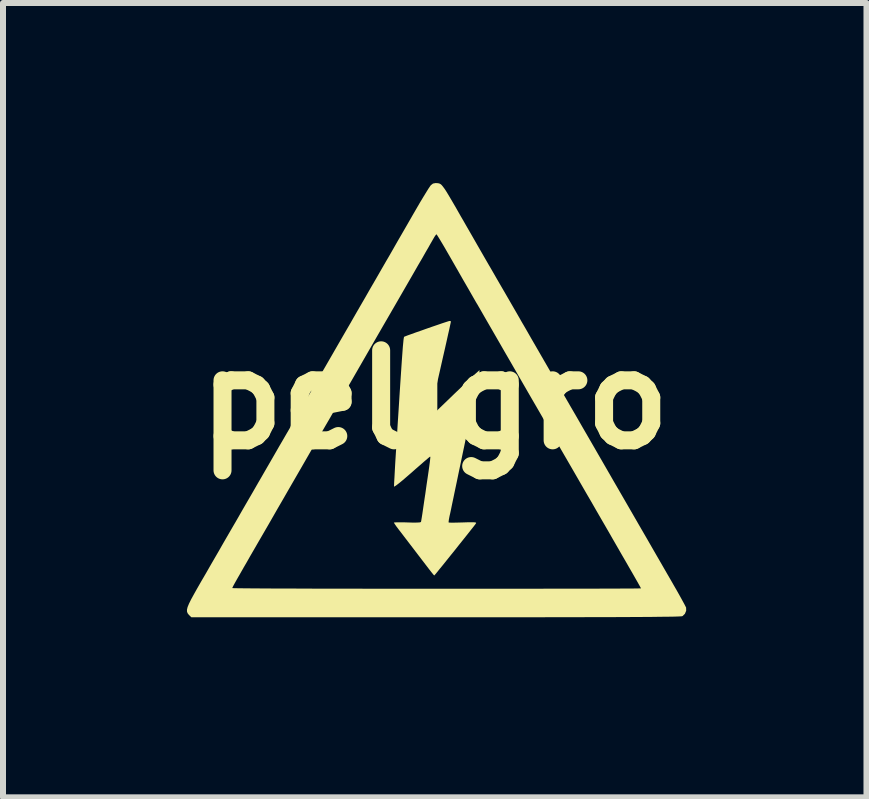
<source format=kicad_pcb>
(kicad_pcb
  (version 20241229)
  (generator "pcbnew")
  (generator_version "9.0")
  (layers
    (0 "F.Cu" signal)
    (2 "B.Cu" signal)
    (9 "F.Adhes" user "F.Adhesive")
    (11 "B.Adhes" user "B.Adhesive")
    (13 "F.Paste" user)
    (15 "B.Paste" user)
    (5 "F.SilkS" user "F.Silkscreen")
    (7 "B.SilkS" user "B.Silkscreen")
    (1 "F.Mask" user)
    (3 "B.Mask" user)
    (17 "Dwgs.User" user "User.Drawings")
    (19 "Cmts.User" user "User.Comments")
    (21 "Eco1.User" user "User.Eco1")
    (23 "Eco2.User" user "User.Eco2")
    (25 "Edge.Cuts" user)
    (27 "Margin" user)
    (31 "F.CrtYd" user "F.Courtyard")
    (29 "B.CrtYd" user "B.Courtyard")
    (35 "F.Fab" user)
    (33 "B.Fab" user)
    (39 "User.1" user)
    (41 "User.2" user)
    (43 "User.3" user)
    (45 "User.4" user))
  (footprint "peligro"
    (layer "F.Cu")
    (at 4.193 3.608)
    (property "Reference" "peligro" (at 0 0 0) (layer "F.SilkS") (effects (font (size 1.5 1.5) (thickness 0.3))))
    (attr board_only exclude_from_pos_files exclude_from_bom)
    (fp_poly (pts (xy 0.264 -1.309) (xy 0.269 -1.302) (xy 0.266 -1.283) (xy 0.256 -1.237) (xy 0.241 -1.167) (xy 0.22 -1.075) (xy 0.196 -0.966) (xy 0.168 -0.842) (xy 0.137 -0.707) (xy 0.118 -0.623) (xy 0.085 -0.477) (xy 0.053 -0.336) (xy 0.023 -0.204) (xy -0.004 -0.084) (xy -0.028 0.018) (xy -0.046 0.1) (xy -0.059 0.156) (xy -0.062 0.172) (xy -0.092 0.304) (xy -0.044 0.259) (xy -0.02 0.237) (xy 0.023 0.196) (xy 0.082 0.139) (xy 0.154 0.07) (xy 0.237 -0.01) (xy 0.326 -0.096) (xy 0.371 -0.139) (xy 0.46 -0.224) (xy 0.542 -0.302) (xy 0.613 -0.37) (xy 0.672 -0.426) (xy 0.716 -0.465) (xy 0.741 -0.487) (xy 0.746 -0.491) (xy 0.746 -0.476) (xy 0.741 -0.437) (xy 0.731 -0.377) (xy 0.716 -0.303) (xy 0.712 -0.281) (xy 0.696 -0.203) (xy 0.674 -0.102) (xy 0.65 0.014) (xy 0.624 0.138) (xy 0.598 0.263) (xy 0.587 0.317) (xy 0.561 0.44) (xy 0.537 0.556) (xy 0.513 0.67) (xy 0.489 0.786) (xy 0.463 0.909) (xy 0.435 1.044) (xy 0.403 1.196) (xy 0.367 1.37) (xy 0.332 1.536) (xy 0.311 1.638) (xy 0.29 1.737) (xy 0.272 1.825) (xy 0.257 1.896) (xy 0.246 1.943) (xy 0.236 1.995) (xy 0.231 2.033) (xy 0.232 2.047) (xy 0.249 2.049) (xy 0.292 2.05) (xy 0.355 2.049) (xy 0.433 2.047) (xy 0.47 2.046) (xy 0.561 2.043) (xy 0.624 2.043) (xy 0.664 2.044) (xy 0.685 2.048) (xy 0.69 2.055) (xy 0.688 2.06) (xy 0.675 2.079) (xy 0.645 2.118) (xy 0.601 2.173) (xy 0.546 2.243) (xy 0.483 2.322) (xy 0.414 2.408) (xy 0.343 2.498) (xy 0.271 2.587) (xy 0.202 2.673) (xy 0.139 2.752) (xy 0.083 2.82) (xy 0.039 2.875) (xy 0.008 2.912) (xy -0.007 2.929) (xy -0.008 2.93) (xy -0.02 2.918) (xy -0.044 2.889) (xy -0.059 2.87) (xy -0.092 2.828) (xy -0.135 2.772) (xy -0.18 2.713) (xy -0.184 2.708) (xy -0.288 2.572) (xy -0.375 2.458) (xy -0.447 2.364) (xy -0.506 2.287) (xy -0.553 2.225) (xy -0.592 2.175) (xy -0.605 2.158) (xy -0.641 2.11) (xy -0.667 2.072) (xy -0.68 2.051) (xy -0.681 2.049) (xy -0.666 2.046) (xy -0.625 2.044) (xy -0.564 2.044) (xy -0.488 2.045) (xy -0.458 2.046) (xy -0.359 2.049) (xy -0.289 2.048) (xy -0.246 2.045) (xy -0.229 2.038) (xy -0.229 2.037) (xy -0.225 2.017) (xy -0.217 1.97) (xy -0.206 1.9) (xy -0.193 1.811) (xy -0.178 1.708) (xy -0.161 1.594) (xy -0.158 1.576) (xy -0.136 1.419) (xy -0.117 1.292) (xy -0.102 1.189) (xy -0.091 1.11) (xy -0.083 1.05) (xy -0.078 1.008) (xy -0.075 0.979) (xy -0.073 0.962) (xy -0.074 0.954) (xy -0.076 0.951) (xy -0.078 0.95) (xy -0.092 0.96) (xy -0.126 0.989) (xy -0.177 1.032) (xy -0.242 1.089) (xy -0.318 1.155) (xy -0.38 1.21) (xy -0.461 1.28) (xy -0.533 1.342) (xy -0.594 1.392) (xy -0.641 1.428) (xy -0.67 1.447) (xy -0.678 1.449) (xy -0.678 1.428) (xy -0.676 1.377) (xy -0.671 1.294) (xy -0.665 1.181) (xy -0.657 1.038) (xy -0.646 0.865) (xy -0.633 0.663) (xy -0.619 0.432) (xy -0.602 0.172) (xy -0.584 -0.115) (xy -0.57 -0.325) (xy -0.558 -0.504) (xy -0.548 -0.653) (xy -0.539 -0.775) (xy -0.532 -0.872) (xy -0.525 -0.945) (xy -0.52 -0.997) (xy -0.515 -1.03) (xy -0.511 -1.046) (xy -0.51 -1.047) (xy -0.493 -1.054) (xy -0.452 -1.07) (xy -0.39 -1.092) (xy -0.313 -1.12) (xy -0.226 -1.15) (xy -0.134 -1.183) (xy -0.042 -1.215) (xy 0.046 -1.245) (xy 0.124 -1.272) (xy 0.188 -1.293) (xy 0.232 -1.307) (xy 0.241 -1.31)) (stroke (width 0) (type solid)) (fill yes) (layer "F.SilkS"))
    (fp_poly (pts (xy 0.038 -3.607) (xy 0.058 -3.605) (xy 0.076 -3.601) (xy 0.094 -3.592) (xy 0.114 -3.576) (xy 0.136 -3.55) (xy 0.164 -3.512) (xy 0.198 -3.46) (xy 0.24 -3.39) (xy 0.292 -3.302) (xy 0.356 -3.192) (xy 0.432 -3.058) (xy 0.47 -2.993) (xy 0.545 -2.862) (xy 0.624 -2.725) (xy 0.703 -2.587) (xy 0.779 -2.455) (xy 0.848 -2.335) (xy 0.907 -2.233) (xy 0.926 -2.201) (xy 0.975 -2.116) (xy 1.037 -2.008) (xy 1.109 -1.884) (xy 1.188 -1.748) (xy 1.27 -1.606) (xy 1.352 -1.464) (xy 1.432 -1.325) (xy 1.433 -1.322) (xy 1.513 -1.185) (xy 1.604 -1.026) (xy 1.704 -0.853) (xy 1.809 -0.671) (xy 1.916 -0.486) (xy 2.02 -0.305) (xy 2.119 -0.134) (xy 2.169 -0.048) (xy 2.255 0.101) (xy 2.355 0.273) (xy 2.466 0.466) (xy 2.587 0.675) (xy 2.715 0.897) (xy 2.849 1.129) (xy 2.986 1.367) (xy 3.125 1.607) (xy 3.263 1.846) (xy 3.398 2.08) (xy 3.529 2.306) (xy 3.652 2.52) (xy 3.767 2.719) (xy 3.87 2.898) (xy 3.961 3.055) (xy 3.975 3.08) (xy 4.031 3.177) (xy 4.081 3.266) (xy 4.124 3.344) (xy 4.158 3.406) (xy 4.18 3.449) (xy 4.188 3.465) (xy 4.189 3.517) (xy 4.168 3.568) (xy 4.13 3.605) (xy 4.123 3.608) (xy 4.11 3.61) (xy 4.078 3.612) (xy 4.027 3.614) (xy 3.956 3.616) (xy 3.864 3.617) (xy 3.752 3.618) (xy 3.617 3.62) (xy 3.459 3.621) (xy 3.277 3.622) (xy 3.072 3.623) (xy 2.841 3.624) (xy 2.585 3.624) (xy 2.302 3.625) (xy 1.991 3.625) (xy 1.653 3.626) (xy 1.286 3.626) (xy 0.89 3.626) (xy 0.463 3.626) (xy 0.014 3.626) (xy -4.055 3.626) (xy -4.096 3.586) (xy -4.116 3.561) (xy -4.127 3.534) (xy -4.128 3.5) (xy -4.118 3.457) (xy -4.095 3.401) (xy -4.059 3.328) (xy -4.008 3.235) (xy -3.954 3.139) (xy -3.373 3.139) (xy -3.357 3.141) (xy -3.311 3.142) (xy -3.237 3.143) (xy -3.135 3.144) (xy -3.007 3.145) (xy -2.855 3.146) (xy -2.68 3.147) (xy -2.483 3.147) (xy -2.266 3.148) (xy -2.03 3.149) (xy -1.778 3.149) (xy -1.509 3.15) (xy -1.226 3.15) (xy -0.93 3.151) (xy -0.623 3.151) (xy -0.306 3.151) (xy 0.02 3.151) (xy 0.032 3.151) (xy 0.358 3.151) (xy 0.675 3.151) (xy 0.983 3.151) (xy 1.279 3.151) (xy 1.562 3.151) (xy 1.831 3.15) (xy 2.085 3.15) (xy 2.321 3.15) (xy 2.539 3.149) (xy 2.736 3.149) (xy 2.912 3.148) (xy 3.065 3.148) (xy 3.194 3.147) (xy 3.297 3.147) (xy 3.373 3.146) (xy 3.42 3.145) (xy 3.436 3.145) (xy 3.436 3.145) (xy 3.429 3.13) (xy 3.408 3.092) (xy 3.376 3.035) (xy 3.336 2.965) (xy 3.296 2.895) (xy 3.244 2.805) (xy 3.182 2.697) (xy 3.113 2.578) (xy 3.044 2.458) (xy 2.979 2.345) (xy 2.969 2.328) (xy 2.912 2.228) (xy 2.842 2.107) (xy 2.765 1.974) (xy 2.684 1.834) (xy 2.605 1.696) (xy 2.529 1.566) (xy 2.521 1.552) (xy 2.307 1.181) (xy 2.106 0.834) (xy 1.918 0.508) (xy 1.741 0.2) (xy 1.571 -0.093) (xy 1.409 -0.374) (xy 1.252 -0.647) (xy 1.163 -0.8) (xy 1.088 -0.931) (xy 1.006 -1.073) (xy 0.923 -1.217) (xy 0.842 -1.357) (xy 0.768 -1.486) (xy 0.705 -1.595) (xy 0.697 -1.607) (xy 0.631 -1.722) (xy 0.555 -1.855) (xy 0.472 -1.998) (xy 0.39 -2.142) (xy 0.312 -2.278) (xy 0.268 -2.355) (xy 0.209 -2.457) (xy 0.156 -2.549) (xy 0.109 -2.628) (xy 0.071 -2.691) (xy 0.044 -2.734) (xy 0.03 -2.754) (xy 0.029 -2.755) (xy 0.016 -2.742) (xy -0.006 -2.71) (xy -0.028 -2.672) (xy -0.048 -2.637) (xy -0.074 -2.592) (xy -0.107 -2.533) (xy -0.151 -2.458) (xy -0.204 -2.364) (xy -0.271 -2.25) (xy -0.35 -2.112) (xy -0.399 -2.027) (xy -0.642 -1.606) (xy -0.881 -1.193) (xy -1.076 -0.855) (xy -1.191 -0.655) (xy -1.301 -0.464) (xy -1.404 -0.285) (xy -1.5 -0.12) (xy -1.586 0.029) (xy -1.66 0.158) (xy -1.722 0.265) (xy -1.769 0.347) (xy -1.77 0.348) (xy -1.809 0.415) (xy -1.86 0.503) (xy -1.924 0.614) (xy -2 0.746) (xy -2.091 0.903) (xy -2.195 1.084) (xy -2.314 1.29) (xy -2.448 1.522) (xy -2.529 1.663) (xy -2.604 1.792) (xy -2.682 1.928) (xy -2.761 2.066) (xy -2.837 2.197) (xy -2.906 2.316) (xy -2.964 2.416) (xy -2.977 2.439) (xy -3.031 2.532) (xy -3.082 2.62) (xy -3.126 2.698) (xy -3.162 2.76) (xy -3.186 2.801) (xy -3.191 2.811) (xy -3.216 2.854) (xy -3.25 2.914) (xy -3.288 2.98) (xy -3.3 3.001) (xy -3.332 3.058) (xy -3.357 3.104) (xy -3.371 3.133) (xy -3.373 3.139) (xy -3.954 3.139) (xy -3.947 3.127) (xy -3.887 3.022) (xy -3.815 2.899) (xy -3.739 2.766) (xy -3.662 2.633) (xy -3.59 2.509) (xy -3.568 2.47) (xy -3.52 2.386) (xy -3.458 2.279) (xy -3.385 2.153) (xy -3.303 2.012) (xy -3.216 1.86) (xy -3.124 1.701) (xy -3.031 1.541) (xy -2.94 1.382) (xy -2.914 1.338) (xy -2.829 1.19) (xy -2.745 1.045) (xy -2.666 0.908) (xy -2.593 0.781) (xy -2.527 0.668) (xy -2.471 0.571) (xy -2.426 0.494) (xy -2.394 0.439) (xy -2.383 0.42) (xy -2.36 0.38) (xy -2.322 0.315) (xy -2.273 0.229) (xy -2.212 0.125) (xy -2.143 0.005) (xy -2.066 -0.128) (xy -1.984 -0.271) (xy -1.898 -0.42) (xy -1.825 -0.546) (xy -1.704 -0.756) (xy -1.597 -0.942) (xy -1.5 -1.11) (xy -1.41 -1.265) (xy -1.326 -1.412) (xy -1.244 -1.554) (xy -1.161 -1.697) (xy -1.076 -1.846) (xy -0.984 -2.004) (xy -0.884 -2.178) (xy -0.816 -2.296) (xy -0.761 -2.39) (xy -0.695 -2.505) (xy -0.621 -2.635) (xy -0.542 -2.771) (xy -0.463 -2.908) (xy -0.387 -3.04) (xy -0.37 -3.07) (xy -0.305 -3.182) (xy -0.244 -3.287) (xy -0.188 -3.38) (xy -0.139 -3.46) (xy -0.101 -3.521) (xy -0.074 -3.56) (xy -0.064 -3.573) (xy -0.029 -3.6) (xy 0.014 -3.608)) (stroke (width 0) (type solid)) (fill yes) (layer "F.SilkS")))
  (gr_rect
    (start -3 -3)
    (end 11.386 10.234)
    (stroke (width 0.1) (type default))
    (fill no)
    (layer "Edge.Cuts")))
</source>
